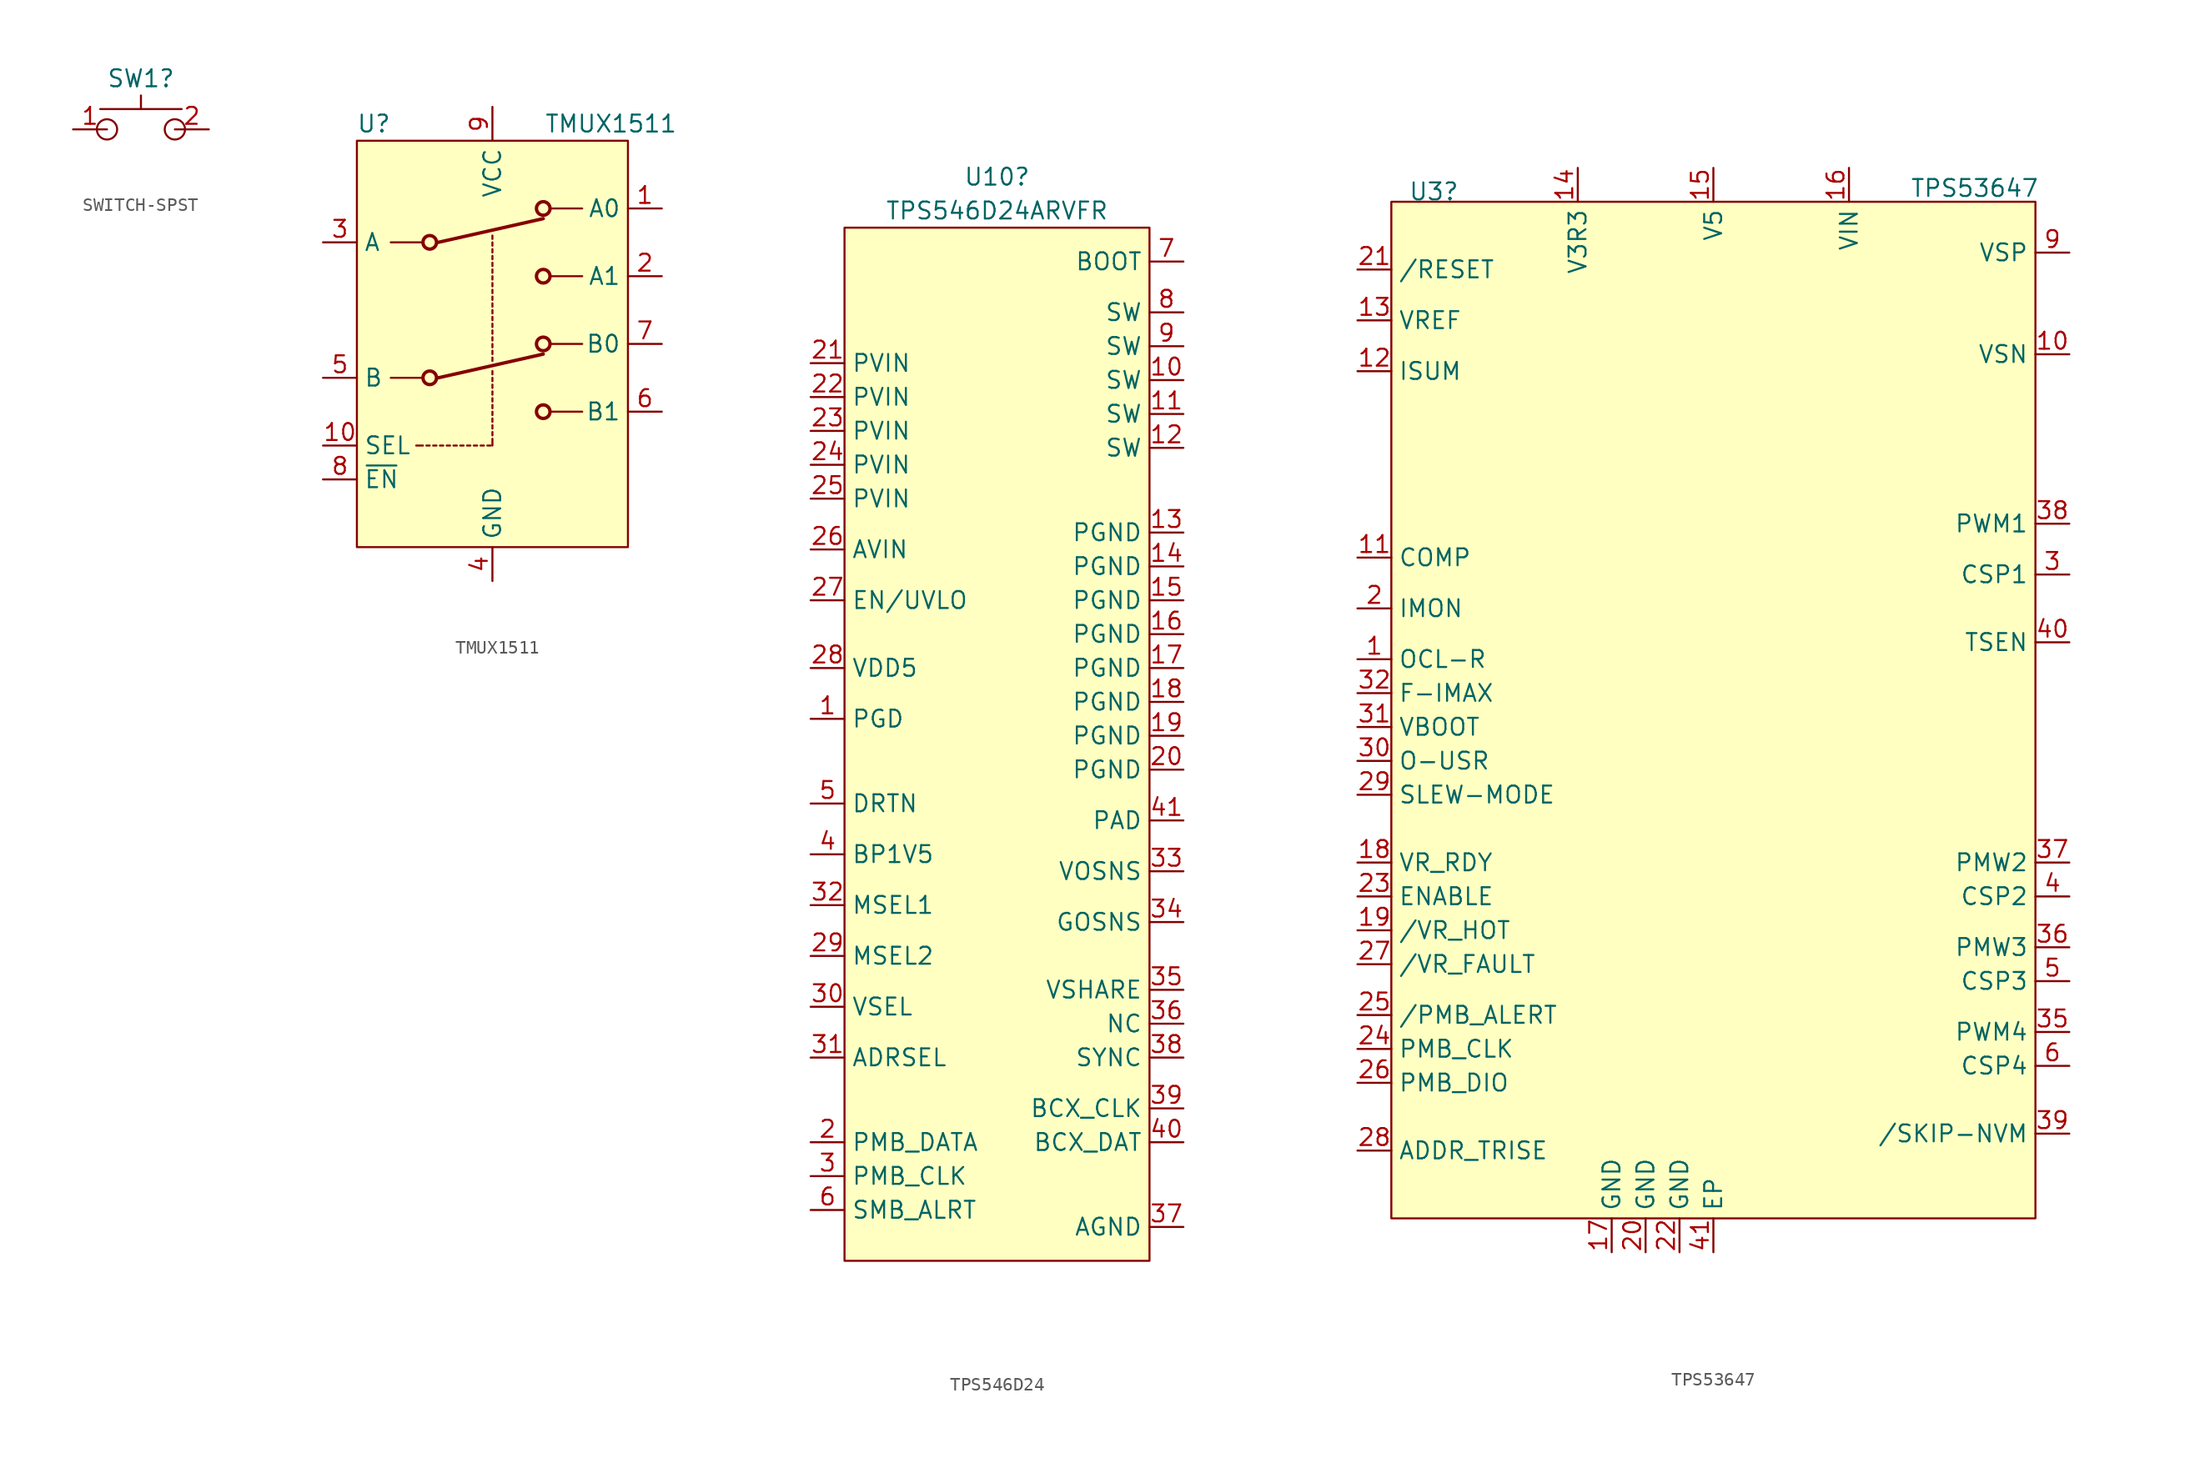
<source format=kicad_sym>
(kicad_symbol_lib
  (version 20241209)
  (generator "kicad_symbol_editor")
  (generator_version "9.0")
  (symbol "SWITCH-SPST"
    (property "Reference" "SW1"
      (at 0 3.81 0)
      (effects (font (size 1.27 1.27))))
    (symbol "SWITCH-SPST_0_1"
      (polyline (pts (xy -3.05 1.52) (xy 3.05 1.52)) (stroke (width 0) (type default)) (fill (type none)))
      (circle (center -2.54 0) (radius 0.76) (stroke (width 0) (type default)) (fill (type none)))
      (polyline (pts (xy 0 1.52) (xy 0 2.54)) (stroke (width 0) (type default)) (fill (type none)))
      (circle (center 2.54 0) (radius 0.76) (stroke (width 0) (type default)) (fill (type none)))
      (pin unspecified line (at -5.08 0 0) (length 2.54) (name "~" (effects (font (size 1.27 1.27)))) (number "1" (effects (font (size 1.27 1.27)))))
      (pin unspecified line (at 5.08 0 180) (length 2.54) (name "~" (effects (font (size 1.27 1.27)))) (number "2" (effects (font (size 1.27 1.27))))))
    (symbol "SWITCH-SPST_1_1"
      (pin no_connect line (at -2.54 -3.81 0) (length 2.54) (hide yes) (name "NC" (effects (font (size 1.27 1.27)))) (number "3" (effects (font (size 1.27 1.27)))))
      (pin no_connect line (at -2.54 -3.81 0) (length 2.54) (hide yes) (name "NC" (effects (font (size 1.27 1.27)))) (number "4" (effects (font (size 1.27 1.27)))))))
  (symbol "TMUX1511"
    (property "Reference" "U"
      (at -8.89 16.51 0)
      (effects (font (size 1.27 1.27))))
    (property "Value" "TMUX1511"
      (at 8.89 16.51 0)
      (effects (font (size 1.27 1.27))))
    (symbol "TMUX1511_1_1"
      (rectangle (start -10.16 15.24) (end 10.16 -15.24) (stroke (width 0) (type default)) (fill (type background)))
      (polyline (pts (xy -7.62 7.62) (xy -5.334 7.62)) (stroke (width 0) (type default)) (fill (type none)))
      (polyline (pts (xy -7.62 -2.54) (xy -5.334 -2.54)) (stroke (width 0) (type default)) (fill (type none)))
      (polyline (pts (xy -5.715 -7.62) (xy -5.207 -7.62)) (stroke (width 0) (type default)) (fill (type none)))
      (polyline (pts (xy -4.953 -7.62) (xy -4.699 -7.62)) (stroke (width 0) (type default)) (fill (type none)))
      (circle (center -4.699 7.62) (radius 0.508) (stroke (width 0.254) (type default)) (fill (type none)))
      (circle (center -4.699 -2.54) (radius 0.508) (stroke (width 0.254) (type default)) (fill (type none)))
      (polyline (pts (xy -4.445 -7.62) (xy -4.191 -7.62)) (stroke (width 0) (type default)) (fill (type none)))
      (polyline (pts (xy -3.937 -7.62) (xy -3.683 -7.62)) (stroke (width 0) (type default)) (fill (type none)))
      (polyline (pts (xy -3.429 -7.62) (xy -3.175 -7.62)) (stroke (width 0) (type default)) (fill (type none)))
      (polyline (pts (xy -2.921 -7.62) (xy -2.667 -7.62)) (stroke (width 0) (type default)) (fill (type none)))
      (polyline (pts (xy -2.413 -7.62) (xy -2.159 -7.62)) (stroke (width 0) (type default)) (fill (type none)))
      (polyline (pts (xy -1.905 -7.62) (xy -1.651 -7.62)) (stroke (width 0) (type default)) (fill (type none)))
      (polyline (pts (xy -1.397 -7.62) (xy -1.143 -7.62)) (stroke (width 0) (type default)) (fill (type none)))
      (polyline (pts (xy -0.889 -7.62) (xy -0.635 -7.62)) (stroke (width 0) (type default)) (fill (type none)))
      (polyline (pts (xy -0.381 -7.62) (xy -0.127 -7.62)) (stroke (width 0) (type default)) (fill (type none)))
      (polyline (pts (xy 0 7.874) (xy 0 8.128)) (stroke (width 0) (type default)) (fill (type none)))
      (polyline (pts (xy 0 7.366) (xy 0 7.62)) (stroke (width 0) (type default)) (fill (type none)))
      (polyline (pts (xy 0 6.858) (xy 0 7.112)) (stroke (width 0) (type default)) (fill (type none)))
      (polyline (pts (xy 0 6.35) (xy 0 6.604)) (stroke (width 0) (type default)) (fill (type none)))
      (polyline (pts (xy 0 5.842) (xy 0 6.096)) (stroke (width 0) (type default)) (fill (type none)))
      (polyline (pts (xy 0 5.334) (xy 0 5.588)) (stroke (width 0) (type default)) (fill (type none)))
      (polyline (pts (xy 0 4.826) (xy 0 5.08)) (stroke (width 0) (type default)) (fill (type none)))
      (polyline (pts (xy 0 4.318) (xy 0 4.572)) (stroke (width 0) (type default)) (fill (type none)))
      (polyline (pts (xy 0 3.81) (xy 0 4.064)) (stroke (width 0) (type default)) (fill (type none)))
      (polyline (pts (xy 0 3.302) (xy 0 3.556)) (stroke (width 0) (type default)) (fill (type none)))
      (polyline (pts (xy 0 2.794) (xy 0 3.048)) (stroke (width 0) (type default)) (fill (type none)))
      (polyline (pts (xy 0 2.286) (xy 0 2.54)) (stroke (width 0) (type default)) (fill (type none)))
      (polyline (pts (xy 0 1.778) (xy 0 2.032)) (stroke (width 0) (type default)) (fill (type none)))
      (polyline (pts (xy 0 1.27) (xy 0 1.524)) (stroke (width 0) (type default)) (fill (type none)))
      (polyline (pts (xy 0 0.762) (xy 0 1.016)) (stroke (width 0) (type default)) (fill (type none)))
      (polyline (pts (xy 0 0.254) (xy 0 0.508)) (stroke (width 0) (type default)) (fill (type none)))
      (polyline (pts (xy 0 -0.254) (xy 0 0)) (stroke (width 0) (type default)) (fill (type none)))
      (polyline (pts (xy 0 -0.762) (xy 0 -0.508)) (stroke (width 0) (type default)) (fill (type none)))
      (polyline (pts (xy 0 -1.27) (xy 0 -1.016)) (stroke (width 0) (type default)) (fill (type none)))
      (polyline (pts (xy 0 -2.286) (xy 0 -2.032)) (stroke (width 0) (type default)) (fill (type none)))
      (polyline (pts (xy 0 -2.794) (xy 0 -2.54)) (stroke (width 0) (type default)) (fill (type none)))
      (polyline (pts (xy 0 -3.302) (xy 0 -3.048)) (stroke (width 0) (type default)) (fill (type none)))
      (polyline (pts (xy 0 -3.81) (xy 0 -3.556)) (stroke (width 0) (type default)) (fill (type none)))
      (polyline (pts (xy 0 -4.318) (xy 0 -4.064)) (stroke (width 0) (type default)) (fill (type none)))
      (polyline (pts (xy 0 -4.826) (xy 0 -4.572)) (stroke (width 0) (type default)) (fill (type none)))
      (polyline (pts (xy 0 -5.334) (xy 0 -5.08)) (stroke (width 0) (type default)) (fill (type none)))
      (polyline (pts (xy 0 -5.842) (xy 0 -5.588)) (stroke (width 0) (type default)) (fill (type none)))
      (polyline (pts (xy 0 -6.35) (xy 0 -6.096)) (stroke (width 0) (type default)) (fill (type none)))
      (polyline (pts (xy 0 -6.858) (xy 0 -6.604)) (stroke (width 0) (type default)) (fill (type none)))
      (polyline (pts (xy 0 -7.62) (xy 0 -7.112)) (stroke (width 0) (type default)) (fill (type none)))
      (circle (center 3.81 10.16) (radius 0.508) (stroke (width 0.254) (type default)) (fill (type none)))
      (polyline (pts (xy 3.81 9.398) (xy -4.064 7.62)) (stroke (width 0.254) (type default)) (fill (type none)))
      (circle (center 3.81 5.08) (radius 0.508) (stroke (width 0.254) (type default)) (fill (type none)))
      (circle (center 3.81 0) (radius 0.508) (stroke (width 0.254) (type default)) (fill (type none)))
      (polyline (pts (xy 3.81 -0.762) (xy -4.064 -2.54)) (stroke (width 0.254) (type default)) (fill (type none)))
      (circle (center 3.81 -5.08) (radius 0.508) (stroke (width 0.254) (type default)) (fill (type none)))
      (polyline (pts (xy 6.731 10.16) (xy 4.445 10.16)) (stroke (width 0) (type default)) (fill (type none)))
      (polyline (pts (xy 6.731 5.08) (xy 4.445 5.08)) (stroke (width 0) (type default)) (fill (type none)))
      (polyline (pts (xy 6.731 0) (xy 4.445 0)) (stroke (width 0) (type default)) (fill (type none)))
      (polyline (pts (xy 6.731 -5.08) (xy 4.445 -5.08)) (stroke (width 0) (type default)) (fill (type none)))
      (pin passive line (at -12.7 7.62 0) (length 2.54) (name "A" (effects (font (size 1.27 1.27)))) (number "3" (effects (font (size 1.27 1.27)))))
      (pin passive line (at -12.7 -2.54 0) (length 2.54) (name "B" (effects (font (size 1.27 1.27)))) (number "5" (effects (font (size 1.27 1.27)))))
      (pin passive line (at -12.7 -7.62 0) (length 2.54) (name "SEL" (effects (font (size 1.27 1.27)))) (number "10" (effects (font (size 1.27 1.27)))))
      (pin passive line (at -12.7 -10.16 0) (length 2.54) (name "~{EN}" (effects (font (size 1.27 1.27)))) (number "8" (effects (font (size 1.27 1.27)))))
      (pin power_in line (at 0 17.78 270) (length 2.54) (name "VCC" (effects (font (size 1.27 1.27)))) (number "9" (effects (font (size 1.27 1.27)))))
      (pin power_in line (at 0 -17.78 90) (length 2.54) (name "GND" (effects (font (size 1.27 1.27)))) (number "4" (effects (font (size 1.27 1.27)))))
      (pin passive line (at 12.7 10.16 180) (length 2.54) (name "A0" (effects (font (size 1.27 1.27)))) (number "1" (effects (font (size 1.27 1.27)))))
      (pin passive line (at 12.7 5.08 180) (length 2.54) (name "A1" (effects (font (size 1.27 1.27)))) (number "2" (effects (font (size 1.27 1.27)))))
      (pin passive line (at 12.7 0 180) (length 2.54) (name "B0" (effects (font (size 1.27 1.27)))) (number "7" (effects (font (size 1.27 1.27)))))
      (pin passive line (at 12.7 -5.08 180) (length 2.54) (name "B1" (effects (font (size 1.27 1.27)))) (number "6" (effects (font (size 1.27 1.27)))))))
  (symbol "TPS546D24"
    (property "Reference" "U10"
      (at 0 45.72 0)
      (effects (font (size 1.27 1.27))))
    (property "Value" "TPS546D24ARVFR"
      (at 0 43.18 0)
      (effects (font (size 1.27 1.27))))
    (symbol "TPS546D24_0_1"
      (rectangle (start -11.43 41.91) (end 11.43 -35.56) (stroke (width 0.152) (type default)) (fill (type background))))
    (symbol "TPS546D24_1_1"
      (pin input line (at -13.97 31.75 0) (length 2.54) (name "PVIN" (effects (font (size 1.27 1.27)))) (number "21" (effects (font (size 1.27 1.27)))))
      (pin input line (at -13.97 29.21 0) (length 2.54) (name "PVIN" (effects (font (size 1.27 1.27)))) (number "22" (effects (font (size 1.27 1.27)))))
      (pin input line (at -13.97 26.67 0) (length 2.54) (name "PVIN" (effects (font (size 1.27 1.27)))) (number "23" (effects (font (size 1.27 1.27)))))
      (pin input line (at -13.97 24.13 0) (length 2.54) (name "PVIN" (effects (font (size 1.27 1.27)))) (number "24" (effects (font (size 1.27 1.27)))))
      (pin input line (at -13.97 21.59 0) (length 2.54) (name "PVIN" (effects (font (size 1.27 1.27)))) (number "25" (effects (font (size 1.27 1.27)))))
      (pin input line (at -13.97 17.78 0) (length 2.54) (name "AVIN" (effects (font (size 1.27 1.27)))) (number "26" (effects (font (size 1.27 1.27)))))
      (pin input line (at -13.97 13.97 0) (length 2.54) (name "EN/UVLO" (effects (font (size 1.27 1.27)))) (number "27" (effects (font (size 1.27 1.27)))))
      (pin output line (at -13.97 8.89 0) (length 2.54) (name "VDD5" (effects (font (size 1.27 1.27)))) (number "28" (effects (font (size 1.27 1.27)))))
      (pin input line (at -13.97 5.08 0) (length 2.54) (name "PGD" (effects (font (size 1.27 1.27)))) (number "1" (effects (font (size 1.27 1.27)))))
      (pin input line (at -13.97 -1.27 0) (length 2.54) (name "DRTN" (effects (font (size 1.27 1.27)))) (number "5" (effects (font (size 1.27 1.27)))))
      (pin input line (at -13.97 -5.08 0) (length 2.54) (name "BP1V5" (effects (font (size 1.27 1.27)))) (number "4" (effects (font (size 1.27 1.27)))))
      (pin input line (at -13.97 -8.89 0) (length 2.54) (name "MSEL1" (effects (font (size 1.27 1.27)))) (number "32" (effects (font (size 1.27 1.27)))))
      (pin input line (at -13.97 -12.7 0) (length 2.54) (name "MSEL2" (effects (font (size 1.27 1.27)))) (number "29" (effects (font (size 1.27 1.27)))))
      (pin input line (at -13.97 -16.51 0) (length 2.54) (name "VSEL" (effects (font (size 1.27 1.27)))) (number "30" (effects (font (size 1.27 1.27)))))
      (pin input line (at -13.97 -20.32 0) (length 2.54) (name "ADRSEL" (effects (font (size 1.27 1.27)))) (number "31" (effects (font (size 1.27 1.27)))))
      (pin input line (at -13.97 -26.67 0) (length 2.54) (name "PMB_DATA" (effects (font (size 1.27 1.27)))) (number "2" (effects (font (size 1.27 1.27)))))
      (pin input line (at -13.97 -29.21 0) (length 2.54) (name "PMB_CLK" (effects (font (size 1.27 1.27)))) (number "3" (effects (font (size 1.27 1.27)))))
      (pin input line (at -13.97 -31.75 0) (length 2.54) (name "SMB_ALRT" (effects (font (size 1.27 1.27)))) (number "6" (effects (font (size 1.27 1.27)))))
      (pin input line (at 13.97 39.37 180) (length 2.54) (name "BOOT" (effects (font (size 1.27 1.27)))) (number "7" (effects (font (size 1.27 1.27)))))
      (pin output line (at 13.97 35.56 180) (length 2.54) (name "SW" (effects (font (size 1.27 1.27)))) (number "8" (effects (font (size 1.27 1.27)))))
      (pin power_in line (at 13.97 33.02 180) (length 2.54) (name "SW" (effects (font (size 1.27 1.27)))) (number "9" (effects (font (size 1.27 1.27)))))
      (pin power_in line (at 13.97 30.48 180) (length 2.54) (name "SW" (effects (font (size 1.27 1.27)))) (number "10" (effects (font (size 1.27 1.27)))))
      (pin output line (at 13.97 27.94 180) (length 2.54) (name "SW" (effects (font (size 1.27 1.27)))) (number "11" (effects (font (size 1.27 1.27)))))
      (pin power_out line (at 13.97 25.4 180) (length 2.54) (name "SW" (effects (font (size 1.27 1.27)))) (number "12" (effects (font (size 1.27 1.27)))))
      (pin output line (at 13.97 19.05 180) (length 2.54) (name "PGND" (effects (font (size 1.27 1.27)))) (number "13" (effects (font (size 1.27 1.27)))))
      (pin output line (at 13.97 16.51 180) (length 2.54) (name "PGND" (effects (font (size 1.27 1.27)))) (number "14" (effects (font (size 1.27 1.27)))))
      (pin input line (at 13.97 13.97 180) (length 2.54) (name "PGND" (effects (font (size 1.27 1.27)))) (number "15" (effects (font (size 1.27 1.27)))))
      (pin input line (at 13.97 11.43 180) (length 2.54) (name "PGND" (effects (font (size 1.27 1.27)))) (number "16" (effects (font (size 1.27 1.27)))))
      (pin power_in line (at 13.97 8.89 180) (length 2.54) (name "PGND" (effects (font (size 1.27 1.27)))) (number "17" (effects (font (size 1.27 1.27)))))
      (pin input line (at 13.97 6.35 180) (length 2.54) (name "PGND" (effects (font (size 1.27 1.27)))) (number "18" (effects (font (size 1.27 1.27)))))
      (pin input line (at 13.97 3.81 180) (length 2.54) (name "PGND" (effects (font (size 1.27 1.27)))) (number "19" (effects (font (size 1.27 1.27)))))
      (pin power_in line (at 13.97 1.27 180) (length 2.54) (name "PGND" (effects (font (size 1.27 1.27)))) (number "20" (effects (font (size 1.27 1.27)))))
      (pin power_in line (at 13.97 -2.54 180) (length 2.54) (name "PAD" (effects (font (size 1.27 1.27)))) (number "41" (effects (font (size 1.27 1.27)))))
      (pin output line (at 13.97 -6.35 180) (length 2.54) (name "VOSNS" (effects (font (size 1.27 1.27)))) (number "33" (effects (font (size 1.27 1.27)))))
      (pin output line (at 13.97 -10.16 180) (length 2.54) (name "GOSNS" (effects (font (size 1.27 1.27)))) (number "34" (effects (font (size 1.27 1.27)))))
      (pin input line (at 13.97 -15.24 180) (length 2.54) (name "VSHARE" (effects (font (size 1.27 1.27)))) (number "35" (effects (font (size 1.27 1.27)))))
      (pin input line (at 13.97 -17.78 180) (length 2.54) (name "NC" (effects (font (size 1.27 1.27)))) (number "36" (effects (font (size 1.27 1.27)))))
      (pin input line (at 13.97 -20.32 180) (length 2.54) (name "SYNC" (effects (font (size 1.27 1.27)))) (number "38" (effects (font (size 1.27 1.27)))))
      (pin input line (at 13.97 -24.13 180) (length 2.54) (name "BCX_CLK" (effects (font (size 1.27 1.27)))) (number "39" (effects (font (size 1.27 1.27)))))
      (pin input line (at 13.97 -26.67 180) (length 2.54) (name "BCX_DAT" (effects (font (size 1.27 1.27)))) (number "40" (effects (font (size 1.27 1.27)))))
      (pin power_in line (at 13.97 -33.02 180) (length 2.54) (name "AGND" (effects (font (size 1.27 1.27)))) (number "37" (effects (font (size 1.27 1.27)))))))
  (symbol "TPS53647"
    (property "Reference" "U3"
      (at -22.86 38.862 0)
      (effects (font (size 1.27 1.27)) (justify left)))
    (property "Value" "TPS53647"
      (at 14.732 39.116 0)
      (effects (font (size 1.27 1.27)) (justify left)))
    (symbol "TPS53647_1_1"
      (rectangle (start -24.13 38.1) (end 24.13 -38.1) (stroke (width 0) (type default)) (fill (type background)))
      (pin input line (at -26.67 33.02 0) (length 2.54) (name "/RESET" (effects (font (size 1.27 1.27)))) (number "21" (effects (font (size 1.27 1.27)))))
      (pin power_out line (at -26.67 29.21 0) (length 2.54) (name "VREF" (effects (font (size 1.27 1.27)))) (number "13" (effects (font (size 1.27 1.27)))))
      (pin passive line (at -26.67 25.4 0) (length 2.54) (name "ISUM" (effects (font (size 1.27 1.27)))) (number "12" (effects (font (size 1.27 1.27)))))
      (pin passive line (at -26.67 11.43 0) (length 2.54) (name "COMP" (effects (font (size 1.27 1.27)))) (number "11" (effects (font (size 1.27 1.27)))))
      (pin passive line (at -26.67 7.62 0) (length 2.54) (name "IMON" (effects (font (size 1.27 1.27)))) (number "2" (effects (font (size 1.27 1.27)))))
      (pin passive line (at -26.67 3.81 0) (length 2.54) (name "OCL-R" (effects (font (size 1.27 1.27)))) (number "1" (effects (font (size 1.27 1.27)))))
      (pin passive line (at -26.67 1.27 0) (length 2.54) (name "F-IMAX" (effects (font (size 1.27 1.27)))) (number "32" (effects (font (size 1.27 1.27)))))
      (pin passive line (at -26.67 -1.27 0) (length 2.54) (name "VBOOT" (effects (font (size 1.27 1.27)))) (number "31" (effects (font (size 1.27 1.27)))))
      (pin passive line (at -26.67 -3.81 0) (length 2.54) (name "O-USR" (effects (font (size 1.27 1.27)))) (number "30" (effects (font (size 1.27 1.27)))))
      (pin passive line (at -26.67 -6.35 0) (length 2.54) (name "SLEW-MODE" (effects (font (size 1.27 1.27)))) (number "29" (effects (font (size 1.27 1.27)))))
      (pin open_collector line (at -26.67 -11.43 0) (length 2.54) (name "VR_RDY" (effects (font (size 1.27 1.27)))) (number "18" (effects (font (size 1.27 1.27)))))
      (pin input line (at -26.67 -13.97 0) (length 2.54) (name "ENABLE" (effects (font (size 1.27 1.27)))) (number "23" (effects (font (size 1.27 1.27)))))
      (pin open_collector line (at -26.67 -16.51 0) (length 2.54) (name "/VR_HOT" (effects (font (size 1.27 1.27)))) (number "19" (effects (font (size 1.27 1.27)))))
      (pin open_collector line (at -26.67 -19.05 0) (length 2.54) (name "/VR_FAULT" (effects (font (size 1.27 1.27)))) (number "27" (effects (font (size 1.27 1.27)))))
      (pin open_collector line (at -26.67 -22.86 0) (length 2.54) (name "/PMB_ALERT" (effects (font (size 1.27 1.27)))) (number "25" (effects (font (size 1.27 1.27)))))
      (pin input line (at -26.67 -25.4 0) (length 2.54) (name "PMB_CLK" (effects (font (size 1.27 1.27)))) (number "24" (effects (font (size 1.27 1.27)))))
      (pin open_collector line (at -26.67 -27.94 0) (length 2.54) (name "PMB_DIO" (effects (font (size 1.27 1.27)))) (number "26" (effects (font (size 1.27 1.27)))))
      (pin passive line (at -26.67 -33.02 0) (length 2.54) (name "ADDR_TRISE" (effects (font (size 1.27 1.27)))) (number "28" (effects (font (size 1.27 1.27)))))
      (pin power_out line (at -10.16 40.64 270) (length 2.54) (name "V3R3" (effects (font (size 1.27 1.27)))) (number "14" (effects (font (size 1.27 1.27)))))
      (pin passive line (at -7.62 -40.64 90) (length 2.54) (name "GND" (effects (font (size 1.27 1.27)))) (number "17" (effects (font (size 1.27 1.27)))))
      (pin power_in line (at -5.08 -40.64 90) (length 2.54) (name "GND" (effects (font (size 1.27 1.27)))) (number "20" (effects (font (size 1.27 1.27)))))
      (pin power_in line (at -2.54 -40.64 90) (length 2.54) (name "GND" (effects (font (size 1.27 1.27)))) (number "22" (effects (font (size 1.27 1.27)))))
      (pin power_in line (at 0 40.64 270) (length 2.54) (name "V5" (effects (font (size 1.27 1.27)))) (number "15" (effects (font (size 1.27 1.27)))))
      (pin power_in line (at 0 -40.64 90) (length 2.54) (name "EP" (effects (font (size 1.27 1.27)))) (number "41" (effects (font (size 1.27 1.27)))))
      (pin power_in line (at 10.16 40.64 270) (length 2.54) (name "VIN" (effects (font (size 1.27 1.27)))) (number "16" (effects (font (size 1.27 1.27)))))
      (pin input line (at 26.67 34.29 180) (length 2.54) (name "VSP" (effects (font (size 1.27 1.27)))) (number "9" (effects (font (size 1.27 1.27)))))
      (pin input line (at 26.67 26.67 180) (length 2.54) (name "VSN" (effects (font (size 1.27 1.27)))) (number "10" (effects (font (size 1.27 1.27)))))
      (pin output line (at 26.67 13.97 180) (length 2.54) (name "PWM1" (effects (font (size 1.27 1.27)))) (number "38" (effects (font (size 1.27 1.27)))))
      (pin input line (at 26.67 10.16 180) (length 2.54) (name "CSP1" (effects (font (size 1.27 1.27)))) (number "3" (effects (font (size 1.27 1.27)))))
      (pin input line (at 26.67 5.08 180) (length 2.54) (name "TSEN" (effects (font (size 1.27 1.27)))) (number "40" (effects (font (size 1.27 1.27)))))
      (pin output line (at 26.67 -11.43 180) (length 2.54) (name "PMW2" (effects (font (size 1.27 1.27)))) (number "37" (effects (font (size 1.27 1.27)))))
      (pin input line (at 26.67 -13.97 180) (length 2.54) (name "CSP2" (effects (font (size 1.27 1.27)))) (number "4" (effects (font (size 1.27 1.27)))))
      (pin output line (at 26.67 -17.78 180) (length 2.54) (name "PMW3" (effects (font (size 1.27 1.27)))) (number "36" (effects (font (size 1.27 1.27)))))
      (pin input line (at 26.67 -20.32 180) (length 2.54) (name "CSP3" (effects (font (size 1.27 1.27)))) (number "5" (effects (font (size 1.27 1.27)))))
      (pin output line (at 26.67 -24.13 180) (length 2.54) (name "PWM4" (effects (font (size 1.27 1.27)))) (number "35" (effects (font (size 1.27 1.27)))))
      (pin input line (at 26.67 -26.67 180) (length 2.54) (name "CSP4" (effects (font (size 1.27 1.27)))) (number "6" (effects (font (size 1.27 1.27)))))
      (pin input line (at 26.67 -31.75 180) (length 2.54) (name "/SKIP-NVM" (effects (font (size 1.27 1.27)))) (number "39" (effects (font (size 1.27 1.27))))))))
</source>
